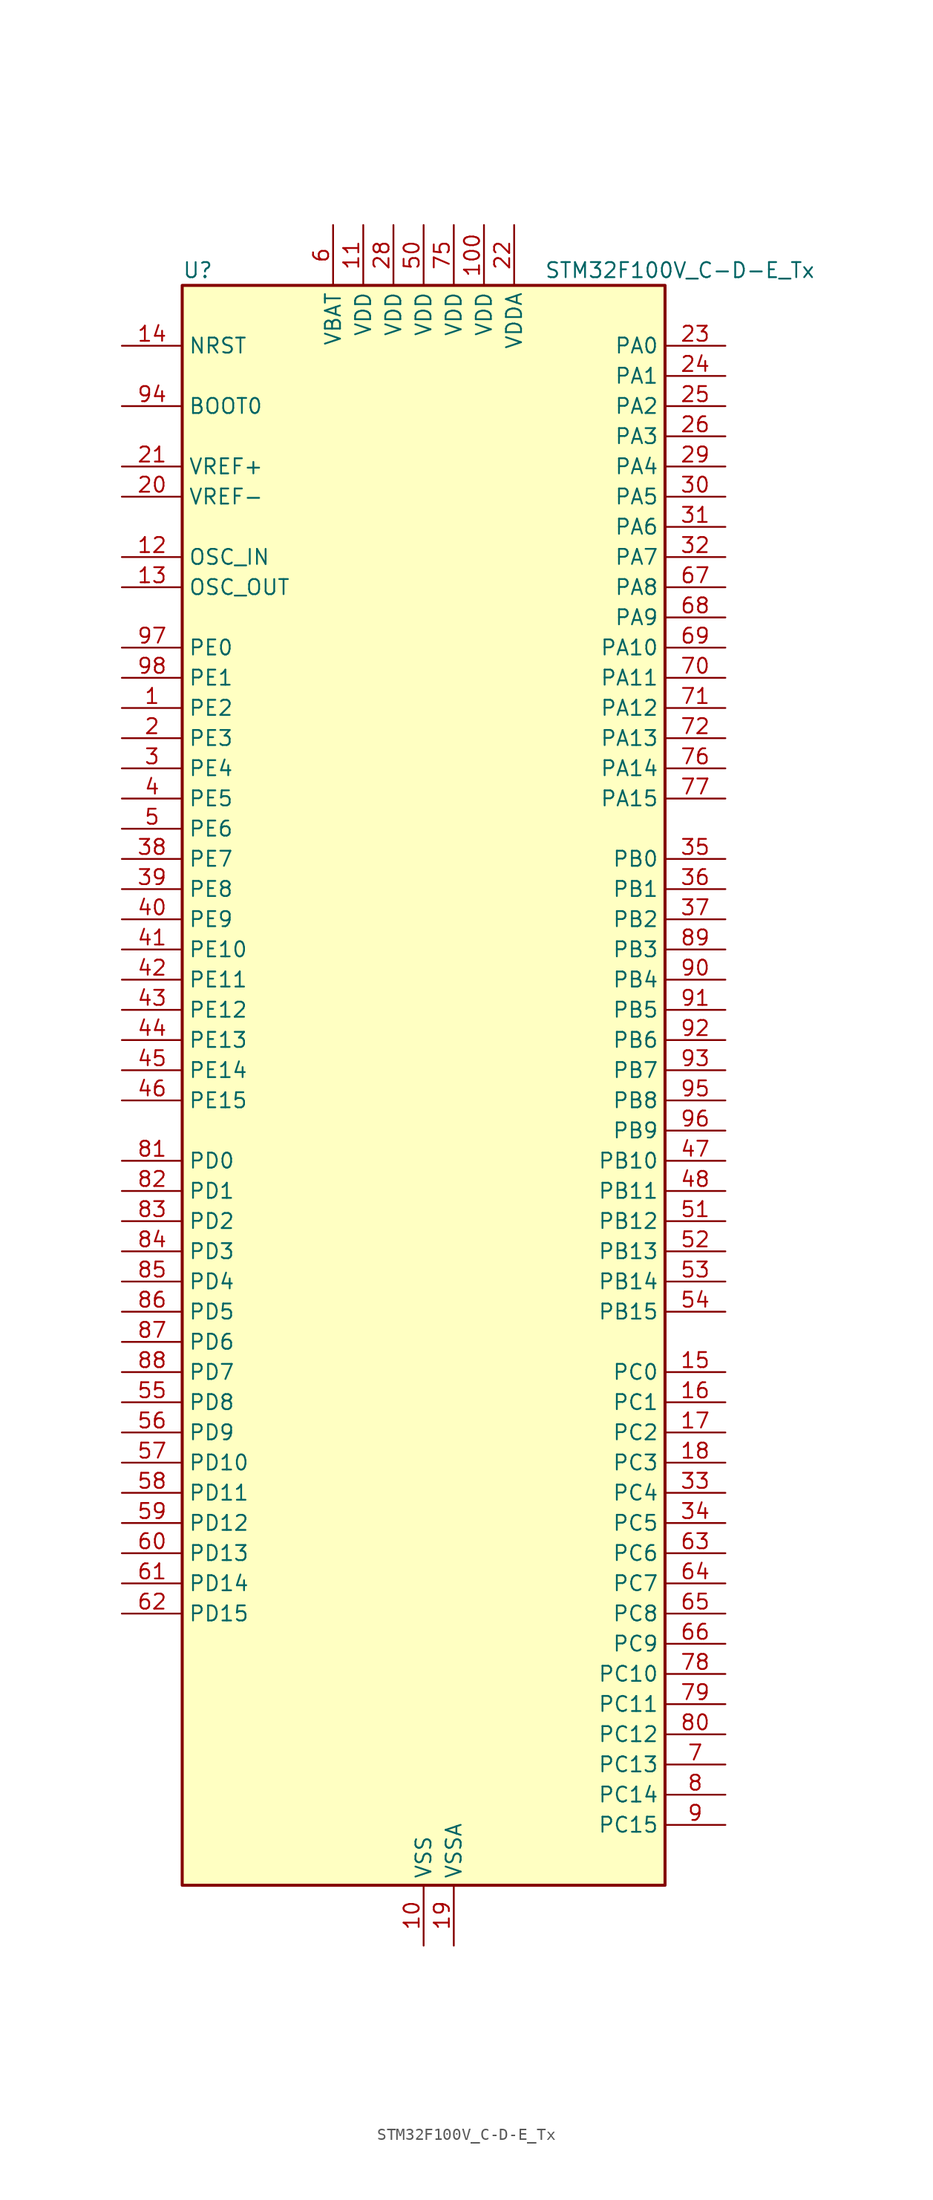
<source format=kicad_sym>
(kicad_symbol_lib
  (version 20241209)
  (generator "kicad_symbol_editor")
  (generator_version "9.0")
  (symbol "STM32F100V_C-D-E_Tx"
    (property "Reference" "U"
      (at -20.32 69.85 0)
      (effects (font (size 1.27 1.27)) (justify left)))
    (property "Value" "STM32F100V_C-D-E_Tx"
      (at 10.16 69.85 0)
      (effects (font (size 1.27 1.27)) (justify left)))
    (symbol "STM32F100V_C-D-E_Tx_0_1"
      (rectangle (start -20.32 -66.04) (end 20.32 68.58) (stroke (width 0.254) (type default)) (fill (type background))))
    (symbol "STM32F100V_C-D-E_Tx_1_1"
      (pin input line (at -25.4 63.5 0) (length 5.08) (name "NRST" (effects (font (size 1.27 1.27)))) (number "14" (effects (font (size 1.27 1.27)))))
      (pin input line (at -25.4 58.42 0) (length 5.08) (name "BOOT0" (effects (font (size 1.27 1.27)))) (number "94" (effects (font (size 1.27 1.27)))))
      (pin input line (at -25.4 53.34 0) (length 5.08) (name "VREF+" (effects (font (size 1.27 1.27)))) (number "21" (effects (font (size 1.27 1.27)))))
      (pin input line (at -25.4 50.8 0) (length 5.08) (name "VREF-" (effects (font (size 1.27 1.27)))) (number "20" (effects (font (size 1.27 1.27)))))
      (pin input line (at -25.4 45.72 0) (length 5.08) (name "OSC_IN" (effects (font (size 1.27 1.27)))) (number "12" (effects (font (size 1.27 1.27)))) (alternate "RCC_OSC_IN" bidirectional line))
      (pin input line (at -25.4 43.18 0) (length 5.08) (name "OSC_OUT" (effects (font (size 1.27 1.27)))) (number "13" (effects (font (size 1.27 1.27)))) (alternate "RCC_OSC_OUT" bidirectional line))
      (pin bidirectional line (at -25.4 38.1 0) (length 5.08) (name "PE0" (effects (font (size 1.27 1.27)))) (number "97" (effects (font (size 1.27 1.27)))) (alternate "FSMC_NBL0" bidirectional line) (alternate "TIM4_ETR" bidirectional line))
      (pin bidirectional line (at -25.4 35.56 0) (length 5.08) (name "PE1" (effects (font (size 1.27 1.27)))) (number "98" (effects (font (size 1.27 1.27)))) (alternate "FSMC_NBL1" bidirectional line))
      (pin bidirectional line (at -25.4 33.02 0) (length 5.08) (name "PE2" (effects (font (size 1.27 1.27)))) (number "1" (effects (font (size 1.27 1.27)))) (alternate "FSMC_A23" bidirectional line) (alternate "SYS_TRACECLK" bidirectional line))
      (pin bidirectional line (at -25.4 30.48 0) (length 5.08) (name "PE3" (effects (font (size 1.27 1.27)))) (number "2" (effects (font (size 1.27 1.27)))) (alternate "FSMC_A19" bidirectional line) (alternate "SYS_TRACED0" bidirectional line))
      (pin bidirectional line (at -25.4 27.94 0) (length 5.08) (name "PE4" (effects (font (size 1.27 1.27)))) (number "3" (effects (font (size 1.27 1.27)))) (alternate "FSMC_A20" bidirectional line) (alternate "SYS_TRACED1" bidirectional line))
      (pin bidirectional line (at -25.4 25.4 0) (length 5.08) (name "PE5" (effects (font (size 1.27 1.27)))) (number "4" (effects (font (size 1.27 1.27)))) (alternate "FSMC_A21" bidirectional line) (alternate "SYS_TRACED2" bidirectional line))
      (pin bidirectional line (at -25.4 22.86 0) (length 5.08) (name "PE6" (effects (font (size 1.27 1.27)))) (number "5" (effects (font (size 1.27 1.27)))) (alternate "FSMC_A22" bidirectional line) (alternate "SYS_TRACED3" bidirectional line))
      (pin bidirectional line (at -25.4 20.32 0) (length 5.08) (name "PE7" (effects (font (size 1.27 1.27)))) (number "38" (effects (font (size 1.27 1.27)))) (alternate "FSMC_D4" bidirectional line) (alternate "FSMC_DA4" bidirectional line) (alternate "TIM1_ETR" bidirectional line))
      (pin bidirectional line (at -25.4 17.78 0) (length 5.08) (name "PE8" (effects (font (size 1.27 1.27)))) (number "39" (effects (font (size 1.27 1.27)))) (alternate "FSMC_D5" bidirectional line) (alternate "FSMC_DA5" bidirectional line) (alternate "TIM1_CH1N" bidirectional line))
      (pin bidirectional line (at -25.4 15.24 0) (length 5.08) (name "PE9" (effects (font (size 1.27 1.27)))) (number "40" (effects (font (size 1.27 1.27)))) (alternate "DAC_EXTI9" bidirectional line) (alternate "FSMC_D6" bidirectional line) (alternate "FSMC_DA6" bidirectional line) (alternate "TIM1_CH1" bidirectional line))
      (pin bidirectional line (at -25.4 12.7 0) (length 5.08) (name "PE10" (effects (font (size 1.27 1.27)))) (number "41" (effects (font (size 1.27 1.27)))) (alternate "FSMC_D7" bidirectional line) (alternate "FSMC_DA7" bidirectional line) (alternate "TIM1_CH2N" bidirectional line))
      (pin bidirectional line (at -25.4 10.16 0) (length 5.08) (name "PE11" (effects (font (size 1.27 1.27)))) (number "42" (effects (font (size 1.27 1.27)))) (alternate "ADC1_EXTI11" bidirectional line) (alternate "FSMC_D8" bidirectional line) (alternate "FSMC_DA8" bidirectional line) (alternate "TIM1_CH2" bidirectional line))
      (pin bidirectional line (at -25.4 7.62 0) (length 5.08) (name "PE12" (effects (font (size 1.27 1.27)))) (number "43" (effects (font (size 1.27 1.27)))) (alternate "FSMC_D9" bidirectional line) (alternate "FSMC_DA9" bidirectional line) (alternate "TIM1_CH3N" bidirectional line))
      (pin bidirectional line (at -25.4 5.08 0) (length 5.08) (name "PE13" (effects (font (size 1.27 1.27)))) (number "44" (effects (font (size 1.27 1.27)))) (alternate "FSMC_D10" bidirectional line) (alternate "FSMC_DA10" bidirectional line) (alternate "TIM1_CH3" bidirectional line))
      (pin bidirectional line (at -25.4 2.54 0) (length 5.08) (name "PE14" (effects (font (size 1.27 1.27)))) (number "45" (effects (font (size 1.27 1.27)))) (alternate "FSMC_D11" bidirectional line) (alternate "FSMC_DA11" bidirectional line) (alternate "TIM1_CH4" bidirectional line))
      (pin bidirectional line (at -25.4 0 0) (length 5.08) (name "PE15" (effects (font (size 1.27 1.27)))) (number "46" (effects (font (size 1.27 1.27)))) (alternate "ADC1_EXTI15" bidirectional line) (alternate "FSMC_D12" bidirectional line) (alternate "FSMC_DA12" bidirectional line) (alternate "TIM1_BKIN" bidirectional line))
      (pin bidirectional line (at -25.4 -5.08 0) (length 5.08) (name "PD0" (effects (font (size 1.27 1.27)))) (number "81" (effects (font (size 1.27 1.27)))) (alternate "FSMC_D2" bidirectional line) (alternate "FSMC_DA2" bidirectional line))
      (pin bidirectional line (at -25.4 -7.62 0) (length 5.08) (name "PD1" (effects (font (size 1.27 1.27)))) (number "82" (effects (font (size 1.27 1.27)))) (alternate "FSMC_D3" bidirectional line) (alternate "FSMC_DA3" bidirectional line))
      (pin bidirectional line (at -25.4 -10.16 0) (length 5.08) (name "PD2" (effects (font (size 1.27 1.27)))) (number "83" (effects (font (size 1.27 1.27)))) (alternate "TIM3_ETR" bidirectional line) (alternate "UART5_RX" bidirectional line))
      (pin bidirectional line (at -25.4 -12.7 0) (length 5.08) (name "PD3" (effects (font (size 1.27 1.27)))) (number "84" (effects (font (size 1.27 1.27)))) (alternate "FSMC_CLK" bidirectional line) (alternate "USART2_CTS" bidirectional line))
      (pin bidirectional line (at -25.4 -15.24 0) (length 5.08) (name "PD4" (effects (font (size 1.27 1.27)))) (number "85" (effects (font (size 1.27 1.27)))) (alternate "FSMC_NOE" bidirectional line) (alternate "USART2_RTS" bidirectional line))
      (pin bidirectional line (at -25.4 -17.78 0) (length 5.08) (name "PD5" (effects (font (size 1.27 1.27)))) (number "86" (effects (font (size 1.27 1.27)))) (alternate "FSMC_NWE" bidirectional line) (alternate "USART2_TX" bidirectional line))
      (pin bidirectional line (at -25.4 -20.32 0) (length 5.08) (name "PD6" (effects (font (size 1.27 1.27)))) (number "87" (effects (font (size 1.27 1.27)))) (alternate "FSMC_NWAIT" bidirectional line) (alternate "USART2_RX" bidirectional line))
      (pin bidirectional line (at -25.4 -22.86 0) (length 5.08) (name "PD7" (effects (font (size 1.27 1.27)))) (number "88" (effects (font (size 1.27 1.27)))) (alternate "FSMC_NE1" bidirectional line) (alternate "USART2_CK" bidirectional line))
      (pin bidirectional line (at -25.4 -25.4 0) (length 5.08) (name "PD8" (effects (font (size 1.27 1.27)))) (number "55" (effects (font (size 1.27 1.27)))) (alternate "FSMC_D13" bidirectional line) (alternate "FSMC_DA13" bidirectional line) (alternate "USART3_TX" bidirectional line))
      (pin bidirectional line (at -25.4 -27.94 0) (length 5.08) (name "PD9" (effects (font (size 1.27 1.27)))) (number "56" (effects (font (size 1.27 1.27)))) (alternate "DAC_EXTI9" bidirectional line) (alternate "FSMC_D14" bidirectional line) (alternate "FSMC_DA14" bidirectional line) (alternate "USART3_RX" bidirectional line))
      (pin bidirectional line (at -25.4 -30.48 0) (length 5.08) (name "PD10" (effects (font (size 1.27 1.27)))) (number "57" (effects (font (size 1.27 1.27)))) (alternate "FSMC_D15" bidirectional line) (alternate "FSMC_DA15" bidirectional line) (alternate "USART3_CK" bidirectional line))
      (pin bidirectional line (at -25.4 -33.02 0) (length 5.08) (name "PD11" (effects (font (size 1.27 1.27)))) (number "58" (effects (font (size 1.27 1.27)))) (alternate "ADC1_EXTI11" bidirectional line) (alternate "FSMC_A16" bidirectional line) (alternate "USART3_CTS" bidirectional line))
      (pin bidirectional line (at -25.4 -35.56 0) (length 5.08) (name "PD12" (effects (font (size 1.27 1.27)))) (number "59" (effects (font (size 1.27 1.27)))) (alternate "FSMC_A17" bidirectional line) (alternate "TIM4_CH1" bidirectional line) (alternate "USART3_RTS" bidirectional line))
      (pin bidirectional line (at -25.4 -38.1 0) (length 5.08) (name "PD13" (effects (font (size 1.27 1.27)))) (number "60" (effects (font (size 1.27 1.27)))) (alternate "FSMC_A18" bidirectional line) (alternate "TIM4_CH2" bidirectional line))
      (pin bidirectional line (at -25.4 -40.64 0) (length 5.08) (name "PD14" (effects (font (size 1.27 1.27)))) (number "61" (effects (font (size 1.27 1.27)))) (alternate "FSMC_D0" bidirectional line) (alternate "FSMC_DA0" bidirectional line) (alternate "TIM4_CH3" bidirectional line))
      (pin bidirectional line (at -25.4 -43.18 0) (length 5.08) (name "PD15" (effects (font (size 1.27 1.27)))) (number "62" (effects (font (size 1.27 1.27)))) (alternate "ADC1_EXTI15" bidirectional line) (alternate "FSMC_D1" bidirectional line) (alternate "FSMC_DA1" bidirectional line) (alternate "TIM4_CH4" bidirectional line))
      (pin no_connect line (at -20.32 -66.04 0) (length 5.08) (hide yes) (name "NC" (effects (font (size 1.27 1.27)))) (number "73" (effects (font (size 1.27 1.27)))))
      (pin power_in line (at -7.62 73.66 270) (length 5.08) (name "VBAT" (effects (font (size 1.27 1.27)))) (number "6" (effects (font (size 1.27 1.27)))))
      (pin power_in line (at -5.08 73.66 270) (length 5.08) (name "VDD" (effects (font (size 1.27 1.27)))) (number "11" (effects (font (size 1.27 1.27)))))
      (pin power_in line (at -2.54 73.66 270) (length 5.08) (name "VDD" (effects (font (size 1.27 1.27)))) (number "28" (effects (font (size 1.27 1.27)))))
      (pin power_in line (at 0 73.66 270) (length 5.08) (name "VDD" (effects (font (size 1.27 1.27)))) (number "50" (effects (font (size 1.27 1.27)))))
      (pin power_in line (at 0 -71.12 90) (length 5.08) (name "VSS" (effects (font (size 1.27 1.27)))) (number "10" (effects (font (size 1.27 1.27)))))
      (pin passive line (at 0 -71.12 90) (length 5.08) (hide yes) (name "VSS" (effects (font (size 1.27 1.27)))) (number "27" (effects (font (size 1.27 1.27)))))
      (pin passive line (at 0 -71.12 90) (length 5.08) (hide yes) (name "VSS" (effects (font (size 1.27 1.27)))) (number "49" (effects (font (size 1.27 1.27)))))
      (pin passive line (at 0 -71.12 90) (length 5.08) (hide yes) (name "VSS" (effects (font (size 1.27 1.27)))) (number "74" (effects (font (size 1.27 1.27)))))
      (pin passive line (at 0 -71.12 90) (length 5.08) (hide yes) (name "VSS" (effects (font (size 1.27 1.27)))) (number "99" (effects (font (size 1.27 1.27)))))
      (pin power_in line (at 2.54 73.66 270) (length 5.08) (name "VDD" (effects (font (size 1.27 1.27)))) (number "75" (effects (font (size 1.27 1.27)))))
      (pin power_in line (at 2.54 -71.12 90) (length 5.08) (name "VSSA" (effects (font (size 1.27 1.27)))) (number "19" (effects (font (size 1.27 1.27)))))
      (pin power_in line (at 5.08 73.66 270) (length 5.08) (name "VDD" (effects (font (size 1.27 1.27)))) (number "100" (effects (font (size 1.27 1.27)))))
      (pin power_in line (at 7.62 73.66 270) (length 5.08) (name "VDDA" (effects (font (size 1.27 1.27)))) (number "22" (effects (font (size 1.27 1.27)))))
      (pin bidirectional line (at 25.4 63.5 180) (length 5.08) (name "PA0" (effects (font (size 1.27 1.27)))) (number "23" (effects (font (size 1.27 1.27)))) (alternate "ADC1_IN0" bidirectional line) (alternate "SYS_WKUP" bidirectional line) (alternate "TIM2_CH1" bidirectional line) (alternate "TIM2_ETR" bidirectional line) (alternate "TIM5_CH1" bidirectional line) (alternate "USART2_CTS" bidirectional line))
      (pin bidirectional line (at 25.4 60.96 180) (length 5.08) (name "PA1" (effects (font (size 1.27 1.27)))) (number "24" (effects (font (size 1.27 1.27)))) (alternate "ADC1_IN1" bidirectional line) (alternate "TIM2_CH2" bidirectional line) (alternate "TIM5_CH2" bidirectional line) (alternate "USART2_RTS" bidirectional line))
      (pin bidirectional line (at 25.4 58.42 180) (length 5.08) (name "PA2" (effects (font (size 1.27 1.27)))) (number "25" (effects (font (size 1.27 1.27)))) (alternate "ADC1_IN2" bidirectional line) (alternate "TIM15_CH1" bidirectional line) (alternate "TIM2_CH3" bidirectional line) (alternate "TIM5_CH3" bidirectional line) (alternate "USART2_TX" bidirectional line))
      (pin bidirectional line (at 25.4 55.88 180) (length 5.08) (name "PA3" (effects (font (size 1.27 1.27)))) (number "26" (effects (font (size 1.27 1.27)))) (alternate "ADC1_IN3" bidirectional line) (alternate "TIM15_CH2" bidirectional line) (alternate "TIM2_CH4" bidirectional line) (alternate "TIM5_CH4" bidirectional line) (alternate "USART2_RX" bidirectional line))
      (pin bidirectional line (at 25.4 53.34 180) (length 5.08) (name "PA4" (effects (font (size 1.27 1.27)))) (number "29" (effects (font (size 1.27 1.27)))) (alternate "ADC1_IN4" bidirectional line) (alternate "DAC_OUT1" bidirectional line) (alternate "SPI1_NSS" bidirectional line) (alternate "USART2_CK" bidirectional line))
      (pin bidirectional line (at 25.4 50.8 180) (length 5.08) (name "PA5" (effects (font (size 1.27 1.27)))) (number "30" (effects (font (size 1.27 1.27)))) (alternate "ADC1_IN5" bidirectional line) (alternate "DAC_OUT2" bidirectional line) (alternate "SPI1_SCK" bidirectional line))
      (pin bidirectional line (at 25.4 48.26 180) (length 5.08) (name "PA6" (effects (font (size 1.27 1.27)))) (number "31" (effects (font (size 1.27 1.27)))) (alternate "ADC1_IN6" bidirectional line) (alternate "SPI1_MISO" bidirectional line) (alternate "TIM16_CH1" bidirectional line) (alternate "TIM1_BKIN" bidirectional line) (alternate "TIM3_CH1" bidirectional line))
      (pin bidirectional line (at 25.4 45.72 180) (length 5.08) (name "PA7" (effects (font (size 1.27 1.27)))) (number "32" (effects (font (size 1.27 1.27)))) (alternate "ADC1_IN7" bidirectional line) (alternate "SPI1_MOSI" bidirectional line) (alternate "TIM17_CH1" bidirectional line) (alternate "TIM1_CH1N" bidirectional line) (alternate "TIM3_CH2" bidirectional line))
      (pin bidirectional line (at 25.4 43.18 180) (length 5.08) (name "PA8" (effects (font (size 1.27 1.27)))) (number "67" (effects (font (size 1.27 1.27)))) (alternate "RCC_MCO" bidirectional line) (alternate "TIM1_CH1" bidirectional line) (alternate "USART1_CK" bidirectional line))
      (pin bidirectional line (at 25.4 40.64 180) (length 5.08) (name "PA9" (effects (font (size 1.27 1.27)))) (number "68" (effects (font (size 1.27 1.27)))) (alternate "DAC_EXTI9" bidirectional line) (alternate "TIM15_BKIN" bidirectional line) (alternate "TIM1_CH2" bidirectional line) (alternate "USART1_TX" bidirectional line))
      (pin bidirectional line (at 25.4 38.1 180) (length 5.08) (name "PA10" (effects (font (size 1.27 1.27)))) (number "69" (effects (font (size 1.27 1.27)))) (alternate "TIM17_BKIN" bidirectional line) (alternate "TIM1_CH3" bidirectional line) (alternate "USART1_RX" bidirectional line))
      (pin bidirectional line (at 25.4 35.56 180) (length 5.08) (name "PA11" (effects (font (size 1.27 1.27)))) (number "70" (effects (font (size 1.27 1.27)))) (alternate "ADC1_EXTI11" bidirectional line) (alternate "TIM1_CH4" bidirectional line) (alternate "USART1_CTS" bidirectional line))
      (pin bidirectional line (at 25.4 33.02 180) (length 5.08) (name "PA12" (effects (font (size 1.27 1.27)))) (number "71" (effects (font (size 1.27 1.27)))) (alternate "TIM1_ETR" bidirectional line) (alternate "USART1_RTS" bidirectional line))
      (pin bidirectional line (at 25.4 30.48 180) (length 5.08) (name "PA13" (effects (font (size 1.27 1.27)))) (number "72" (effects (font (size 1.27 1.27)))) (alternate "SYS_JTMS-SWDIO" bidirectional line))
      (pin bidirectional line (at 25.4 27.94 180) (length 5.08) (name "PA14" (effects (font (size 1.27 1.27)))) (number "76" (effects (font (size 1.27 1.27)))) (alternate "SYS_JTCK-SWCLK" bidirectional line))
      (pin bidirectional line (at 25.4 25.4 180) (length 5.08) (name "PA15" (effects (font (size 1.27 1.27)))) (number "77" (effects (font (size 1.27 1.27)))) (alternate "ADC1_EXTI15" bidirectional line) (alternate "SPI1_NSS" bidirectional line) (alternate "SPI3_NSS" bidirectional line) (alternate "SYS_JTDI" bidirectional line) (alternate "TIM2_CH1" bidirectional line) (alternate "TIM2_ETR" bidirectional line))
      (pin bidirectional line (at 25.4 20.32 180) (length 5.08) (name "PB0" (effects (font (size 1.27 1.27)))) (number "35" (effects (font (size 1.27 1.27)))) (alternate "ADC1_IN8" bidirectional line) (alternate "TIM13_CH1" bidirectional line) (alternate "TIM1_CH2N" bidirectional line) (alternate "TIM3_CH3" bidirectional line))
      (pin bidirectional line (at 25.4 17.78 180) (length 5.08) (name "PB1" (effects (font (size 1.27 1.27)))) (number "36" (effects (font (size 1.27 1.27)))) (alternate "ADC1_IN9" bidirectional line) (alternate "TIM14_CH1" bidirectional line) (alternate "TIM1_CH3N" bidirectional line) (alternate "TIM3_CH4" bidirectional line))
      (pin bidirectional line (at 25.4 15.24 180) (length 5.08) (name "PB2" (effects (font (size 1.27 1.27)))) (number "37" (effects (font (size 1.27 1.27)))))
      (pin bidirectional line (at 25.4 12.7 180) (length 5.08) (name "PB3" (effects (font (size 1.27 1.27)))) (number "89" (effects (font (size 1.27 1.27)))) (alternate "SPI1_SCK" bidirectional line) (alternate "SPI3_SCK" bidirectional line) (alternate "SYS_JTDO-TRACESWO" bidirectional line) (alternate "TIM2_CH2" bidirectional line))
      (pin bidirectional line (at 25.4 10.16 180) (length 5.08) (name "PB4" (effects (font (size 1.27 1.27)))) (number "90" (effects (font (size 1.27 1.27)))) (alternate "SPI1_MISO" bidirectional line) (alternate "SPI3_MISO" bidirectional line) (alternate "SYS_NJTRST" bidirectional line) (alternate "TIM3_CH1" bidirectional line))
      (pin bidirectional line (at 25.4 7.62 180) (length 5.08) (name "PB5" (effects (font (size 1.27 1.27)))) (number "91" (effects (font (size 1.27 1.27)))) (alternate "I2C1_SMBA" bidirectional line) (alternate "SPI1_MOSI" bidirectional line) (alternate "SPI3_MOSI" bidirectional line) (alternate "TIM16_BKIN" bidirectional line) (alternate "TIM3_CH2" bidirectional line))
      (pin bidirectional line (at 25.4 5.08 180) (length 5.08) (name "PB6" (effects (font (size 1.27 1.27)))) (number "92" (effects (font (size 1.27 1.27)))) (alternate "I2C1_SCL" bidirectional line) (alternate "TIM16_CH1N" bidirectional line) (alternate "TIM4_CH1" bidirectional line) (alternate "USART1_TX" bidirectional line))
      (pin bidirectional line (at 25.4 2.54 180) (length 5.08) (name "PB7" (effects (font (size 1.27 1.27)))) (number "93" (effects (font (size 1.27 1.27)))) (alternate "FSMC_NL" bidirectional line) (alternate "I2C1_SDA" bidirectional line) (alternate "TIM17_CH1N" bidirectional line) (alternate "TIM4_CH2" bidirectional line) (alternate "USART1_RX" bidirectional line))
      (pin bidirectional line (at 25.4 0 180) (length 5.08) (name "PB8" (effects (font (size 1.27 1.27)))) (number "95" (effects (font (size 1.27 1.27)))) (alternate "CEC" bidirectional line) (alternate "I2C1_SCL" bidirectional line) (alternate "TIM16_CH1" bidirectional line) (alternate "TIM4_CH3" bidirectional line))
      (pin bidirectional line (at 25.4 -2.54 180) (length 5.08) (name "PB9" (effects (font (size 1.27 1.27)))) (number "96" (effects (font (size 1.27 1.27)))) (alternate "DAC_EXTI9" bidirectional line) (alternate "I2C1_SDA" bidirectional line) (alternate "TIM17_CH1" bidirectional line) (alternate "TIM4_CH4" bidirectional line))
      (pin bidirectional line (at 25.4 -5.08 180) (length 5.08) (name "PB10" (effects (font (size 1.27 1.27)))) (number "47" (effects (font (size 1.27 1.27)))) (alternate "CEC" bidirectional line) (alternate "I2C2_SCL" bidirectional line) (alternate "TIM2_CH3" bidirectional line) (alternate "USART3_TX" bidirectional line))
      (pin bidirectional line (at 25.4 -7.62 180) (length 5.08) (name "PB11" (effects (font (size 1.27 1.27)))) (number "48" (effects (font (size 1.27 1.27)))) (alternate "ADC1_EXTI11" bidirectional line) (alternate "I2C2_SDA" bidirectional line) (alternate "TIM2_CH4" bidirectional line) (alternate "USART3_RX" bidirectional line))
      (pin bidirectional line (at 25.4 -10.16 180) (length 5.08) (name "PB12" (effects (font (size 1.27 1.27)))) (number "51" (effects (font (size 1.27 1.27)))) (alternate "I2C2_SMBA" bidirectional line) (alternate "SPI2_NSS" bidirectional line) (alternate "TIM12_CH1" bidirectional line) (alternate "TIM1_BKIN" bidirectional line) (alternate "USART3_CK" bidirectional line))
      (pin bidirectional line (at 25.4 -12.7 180) (length 5.08) (name "PB13" (effects (font (size 1.27 1.27)))) (number "52" (effects (font (size 1.27 1.27)))) (alternate "SPI2_SCK" bidirectional line) (alternate "TIM12_CH2" bidirectional line) (alternate "TIM1_CH1N" bidirectional line) (alternate "USART3_CTS" bidirectional line))
      (pin bidirectional line (at 25.4 -15.24 180) (length 5.08) (name "PB14" (effects (font (size 1.27 1.27)))) (number "53" (effects (font (size 1.27 1.27)))) (alternate "SPI2_MISO" bidirectional line) (alternate "TIM15_CH1" bidirectional line) (alternate "TIM1_CH2N" bidirectional line) (alternate "USART3_RTS" bidirectional line))
      (pin bidirectional line (at 25.4 -17.78 180) (length 5.08) (name "PB15" (effects (font (size 1.27 1.27)))) (number "54" (effects (font (size 1.27 1.27)))) (alternate "ADC1_EXTI15" bidirectional line) (alternate "SPI2_MOSI" bidirectional line) (alternate "TIM15_CH1N" bidirectional line) (alternate "TIM15_CH2" bidirectional line) (alternate "TIM1_CH3N" bidirectional line))
      (pin bidirectional line (at 25.4 -22.86 180) (length 5.08) (name "PC0" (effects (font (size 1.27 1.27)))) (number "15" (effects (font (size 1.27 1.27)))) (alternate "ADC1_IN10" bidirectional line))
      (pin bidirectional line (at 25.4 -25.4 180) (length 5.08) (name "PC1" (effects (font (size 1.27 1.27)))) (number "16" (effects (font (size 1.27 1.27)))) (alternate "ADC1_IN11" bidirectional line))
      (pin bidirectional line (at 25.4 -27.94 180) (length 5.08) (name "PC2" (effects (font (size 1.27 1.27)))) (number "17" (effects (font (size 1.27 1.27)))) (alternate "ADC1_IN12" bidirectional line))
      (pin bidirectional line (at 25.4 -30.48 180) (length 5.08) (name "PC3" (effects (font (size 1.27 1.27)))) (number "18" (effects (font (size 1.27 1.27)))) (alternate "ADC1_IN13" bidirectional line))
      (pin bidirectional line (at 25.4 -33.02 180) (length 5.08) (name "PC4" (effects (font (size 1.27 1.27)))) (number "33" (effects (font (size 1.27 1.27)))) (alternate "ADC1_IN14" bidirectional line) (alternate "TIM12_CH1" bidirectional line))
      (pin bidirectional line (at 25.4 -35.56 180) (length 5.08) (name "PC5" (effects (font (size 1.27 1.27)))) (number "34" (effects (font (size 1.27 1.27)))) (alternate "ADC1_IN15" bidirectional line) (alternate "TIM12_CH2" bidirectional line))
      (pin bidirectional line (at 25.4 -38.1 180) (length 5.08) (name "PC6" (effects (font (size 1.27 1.27)))) (number "63" (effects (font (size 1.27 1.27)))) (alternate "TIM3_CH1" bidirectional line))
      (pin bidirectional line (at 25.4 -40.64 180) (length 5.08) (name "PC7" (effects (font (size 1.27 1.27)))) (number "64" (effects (font (size 1.27 1.27)))) (alternate "TIM3_CH2" bidirectional line))
      (pin bidirectional line (at 25.4 -43.18 180) (length 5.08) (name "PC8" (effects (font (size 1.27 1.27)))) (number "65" (effects (font (size 1.27 1.27)))) (alternate "TIM13_CH1" bidirectional line) (alternate "TIM3_CH3" bidirectional line))
      (pin bidirectional line (at 25.4 -45.72 180) (length 5.08) (name "PC9" (effects (font (size 1.27 1.27)))) (number "66" (effects (font (size 1.27 1.27)))) (alternate "DAC_EXTI9" bidirectional line) (alternate "TIM14_CH1" bidirectional line) (alternate "TIM3_CH4" bidirectional line))
      (pin bidirectional line (at 25.4 -48.26 180) (length 5.08) (name "PC10" (effects (font (size 1.27 1.27)))) (number "78" (effects (font (size 1.27 1.27)))) (alternate "UART4_TX" bidirectional line) (alternate "USART3_TX" bidirectional line))
      (pin bidirectional line (at 25.4 -50.8 180) (length 5.08) (name "PC11" (effects (font (size 1.27 1.27)))) (number "79" (effects (font (size 1.27 1.27)))) (alternate "ADC1_EXTI11" bidirectional line) (alternate "UART4_RX" bidirectional line) (alternate "USART3_RX" bidirectional line))
      (pin bidirectional line (at 25.4 -53.34 180) (length 5.08) (name "PC12" (effects (font (size 1.27 1.27)))) (number "80" (effects (font (size 1.27 1.27)))) (alternate "UART5_TX" bidirectional line) (alternate "USART3_CK" bidirectional line))
      (pin bidirectional line (at 25.4 -55.88 180) (length 5.08) (name "PC13" (effects (font (size 1.27 1.27)))) (number "7" (effects (font (size 1.27 1.27)))) (alternate "RTC_OUT" bidirectional line) (alternate "RTC_TAMPER" bidirectional line))
      (pin bidirectional line (at 25.4 -58.42 180) (length 5.08) (name "PC14" (effects (font (size 1.27 1.27)))) (number "8" (effects (font (size 1.27 1.27)))) (alternate "RCC_OSC32_IN" bidirectional line))
      (pin bidirectional line (at 25.4 -60.96 180) (length 5.08) (name "PC15" (effects (font (size 1.27 1.27)))) (number "9" (effects (font (size 1.27 1.27)))) (alternate "ADC1_EXTI15" bidirectional line) (alternate "RCC_OSC32_OUT" bidirectional line)))))
</source>
